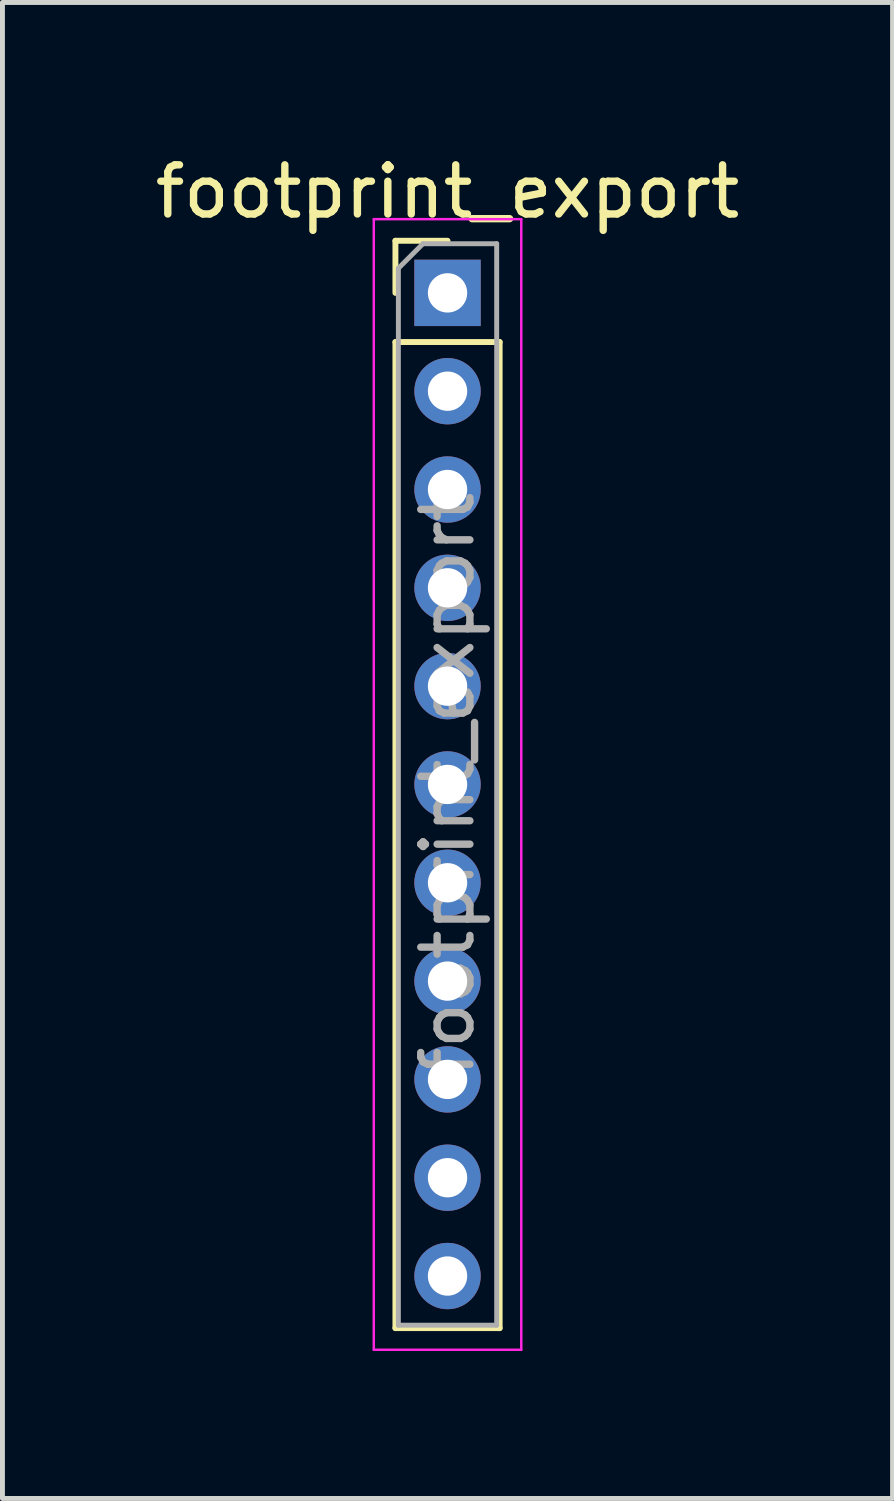
<source format=kicad_pcb>
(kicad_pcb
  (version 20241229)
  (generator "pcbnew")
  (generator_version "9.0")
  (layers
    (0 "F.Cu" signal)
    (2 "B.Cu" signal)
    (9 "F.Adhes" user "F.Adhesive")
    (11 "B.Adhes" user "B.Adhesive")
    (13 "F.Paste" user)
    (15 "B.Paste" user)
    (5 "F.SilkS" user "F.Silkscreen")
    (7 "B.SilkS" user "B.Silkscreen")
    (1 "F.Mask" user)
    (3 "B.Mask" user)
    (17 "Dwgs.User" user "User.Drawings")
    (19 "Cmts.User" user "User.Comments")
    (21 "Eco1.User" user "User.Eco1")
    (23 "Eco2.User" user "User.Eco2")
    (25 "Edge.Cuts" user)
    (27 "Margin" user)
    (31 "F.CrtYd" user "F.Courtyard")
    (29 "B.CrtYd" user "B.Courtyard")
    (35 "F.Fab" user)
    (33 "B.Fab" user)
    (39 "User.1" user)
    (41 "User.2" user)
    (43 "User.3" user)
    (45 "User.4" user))
  (footprint "footprint_export"
    (layer "F.Cu")
    (at 6.054 2.908)
    (property "Reference" "footprint_export" (at 0 -2.06 0) (layer "F.SilkS") (effects (font (size 1 1) (thickness 0.15))))
    (attr through_hole)
    (fp_line (start -1.06 -1.06) (end 0 -1.06) (stroke (width 0.12) (type solid)) (layer "F.SilkS"))
    (fp_line (start -1.06 0) (end -1.06 -1.06) (stroke (width 0.12) (type solid)) (layer "F.SilkS"))
    (fp_line (start -1.06 1) (end -1.06 21.06) (stroke (width 0.12) (type solid)) (layer "F.SilkS"))
    (fp_line (start -1.06 1) (end 1.06 1) (stroke (width 0.12) (type solid)) (layer "F.SilkS"))
    (fp_line (start -1.06 21.06) (end 1.06 21.06) (stroke (width 0.12) (type solid)) (layer "F.SilkS"))
    (fp_line (start 1.06 1) (end 1.06 21.06) (stroke (width 0.12) (type solid)) (layer "F.SilkS"))
    (fp_line (start -1.5 -1.5) (end -1.5 21.5) (stroke (width 0.05) (type solid)) (layer "F.CrtYd"))
    (fp_line (start -1.5 21.5) (end 1.5 21.5) (stroke (width 0.05) (type solid)) (layer "F.CrtYd"))
    (fp_line (start 1.5 -1.5) (end -1.5 -1.5) (stroke (width 0.05) (type solid)) (layer "F.CrtYd"))
    (fp_line (start 1.5 21.5) (end 1.5 -1.5) (stroke (width 0.05) (type solid)) (layer "F.CrtYd"))
    (fp_line (start -1 -0.5) (end -0.5 -1) (stroke (width 0.1) (type solid)) (layer "F.Fab"))
    (fp_line (start -1 21) (end -1 -0.5) (stroke (width 0.1) (type solid)) (layer "F.Fab"))
    (fp_line (start -0.5 -1) (end 1 -1) (stroke (width 0.1) (type solid)) (layer "F.Fab"))
    (fp_line (start 1 -1) (end 1 21) (stroke (width 0.1) (type solid)) (layer "F.Fab"))
    (fp_line (start 1 21) (end -1 21) (stroke (width 0.1) (type solid)) (layer "F.Fab"))
    (fp_text user "${REFERENCE}" (at 0 10 90) (layer "F.Fab") (effects (font (size 1 1) (thickness 0.15))))
    (pad "1" thru_hole rect (at 0 0) (size 1.35 1.35) (drill 0.8) (layers "*.Cu" "*.Mask"))
    (pad "2" thru_hole oval (at 0 2) (size 1.35 1.35) (drill 0.8) (layers "*.Cu" "*.Mask"))
    (pad "3" thru_hole oval (at 0 4) (size 1.35 1.35) (drill 0.8) (layers "*.Cu" "*.Mask"))
    (pad "4" thru_hole oval (at 0 6) (size 1.35 1.35) (drill 0.8) (layers "*.Cu" "*.Mask"))
    (pad "5" thru_hole oval (at 0 8) (size 1.35 1.35) (drill 0.8) (layers "*.Cu" "*.Mask"))
    (pad "6" thru_hole oval (at 0 10) (size 1.35 1.35) (drill 0.8) (layers "*.Cu" "*.Mask"))
    (pad "7" thru_hole oval (at 0 12) (size 1.35 1.35) (drill 0.8) (layers "*.Cu" "*.Mask"))
    (pad "8" thru_hole oval (at 0 14) (size 1.35 1.35) (drill 0.8) (layers "*.Cu" "*.Mask"))
    (pad "9" thru_hole oval (at 0 16) (size 1.35 1.35) (drill 0.8) (layers "*.Cu" "*.Mask"))
    (pad "10" thru_hole oval (at 0 18) (size 1.35 1.35) (drill 0.8) (layers "*.Cu" "*.Mask"))
    (pad "11" thru_hole oval (at 0 20) (size 1.35 1.35) (drill 0.8) (layers "*.Cu" "*.Mask")))
  (gr_rect
    (start -3 -3)
    (end 15.107 27.433)
    (stroke (width 0.1) (type default))
    (fill no)
    (layer "Edge.Cuts")))
</source>
